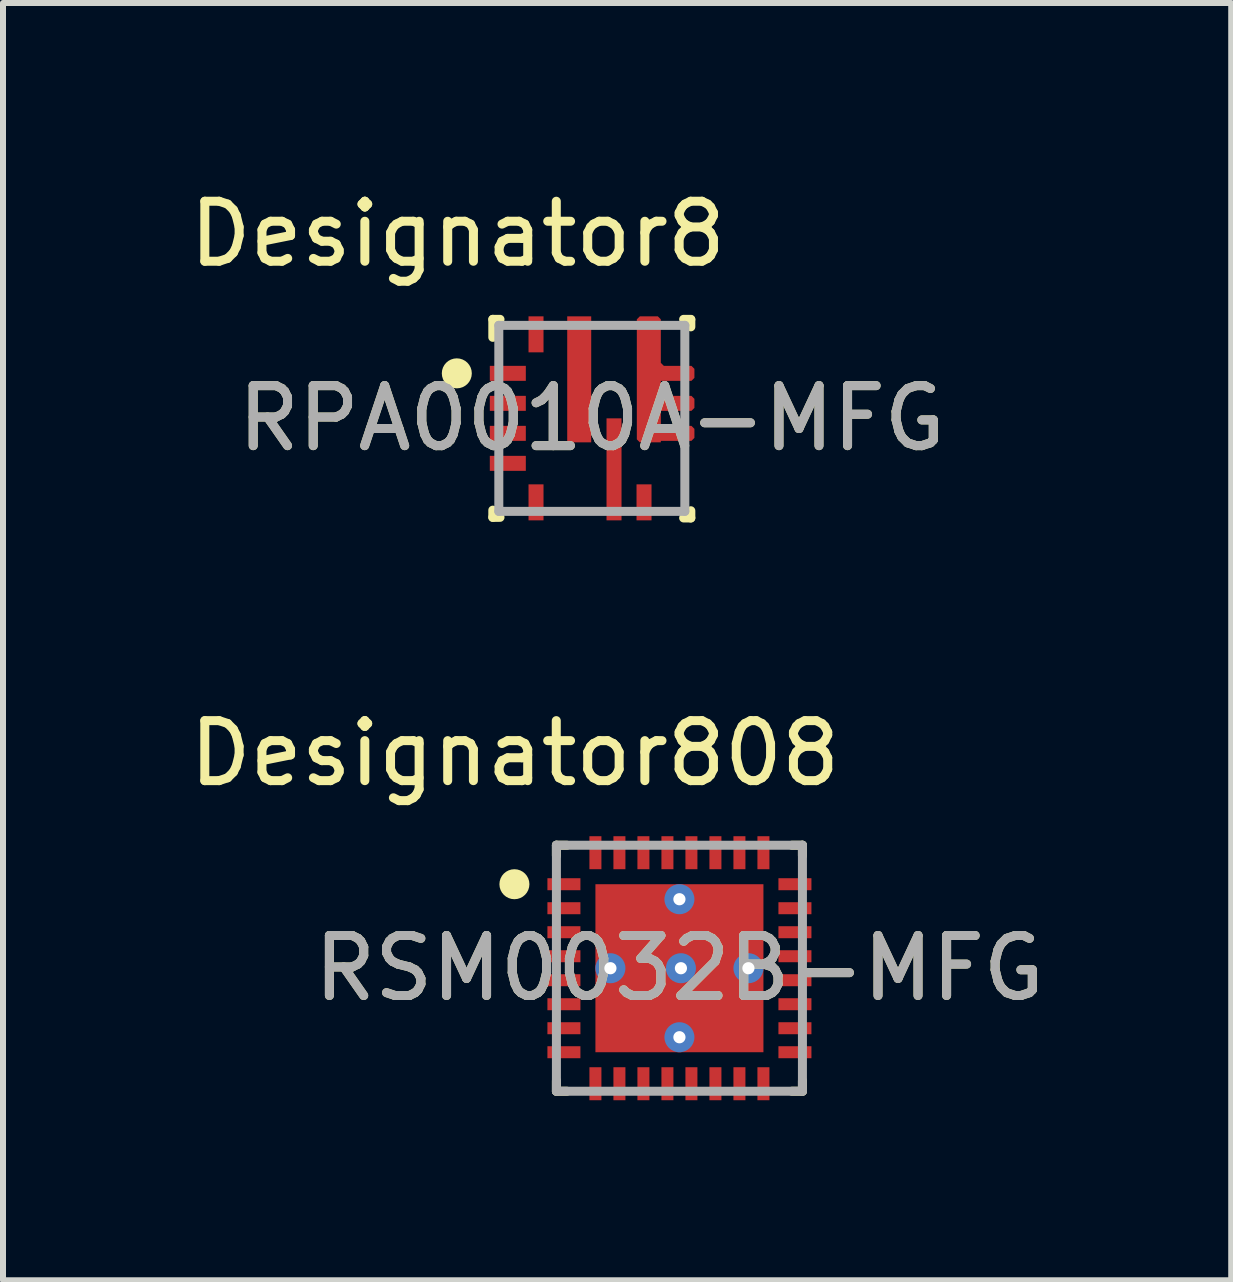
<source format=kicad_pcb>
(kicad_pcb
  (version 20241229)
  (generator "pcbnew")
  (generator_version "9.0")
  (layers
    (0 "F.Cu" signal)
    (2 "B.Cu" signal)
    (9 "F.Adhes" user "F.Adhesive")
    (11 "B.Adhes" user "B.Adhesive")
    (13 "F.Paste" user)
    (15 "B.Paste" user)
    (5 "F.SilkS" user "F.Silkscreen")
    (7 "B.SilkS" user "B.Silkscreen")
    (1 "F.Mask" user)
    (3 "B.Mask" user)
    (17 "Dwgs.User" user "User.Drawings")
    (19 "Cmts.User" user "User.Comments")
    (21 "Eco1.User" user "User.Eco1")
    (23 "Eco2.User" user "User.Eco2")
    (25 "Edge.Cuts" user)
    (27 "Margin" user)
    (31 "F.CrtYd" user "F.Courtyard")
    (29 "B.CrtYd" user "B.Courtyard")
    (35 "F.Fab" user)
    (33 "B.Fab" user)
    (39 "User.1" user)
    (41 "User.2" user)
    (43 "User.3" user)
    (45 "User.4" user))
  (footprint "RSM0032B-MFG"
    (layer "F.Cu")
    (at 8.273 13.086)
    (property "Reference" "RSM0032B-MFG" (at 0 0 0) (unlocked yes) (layer "F.SilkS") (effects (font (size 1 1) (thickness 0.15))))
    (attr smd)
    (fp_line (start -2.05 -2.05) (end -1.875 -2.05) (stroke (width 0.15) (type solid)) (layer "F.SilkS"))
    (fp_line (start -2.05 -1.875) (end -2.05 -2.05) (stroke (width 0.15) (type solid)) (layer "F.SilkS"))
    (fp_line (start -2.05 2.05) (end -2.05 1.875) (stroke (width 0.15) (type solid)) (layer "F.SilkS"))
    (fp_line (start -2.05 2.05) (end -1.875 2.05) (stroke (width 0.15) (type solid)) (layer "F.SilkS"))
    (fp_line (start 1.875 -2.05) (end 2.05 -2.05) (stroke (width 0.15) (type solid)) (layer "F.SilkS"))
    (fp_line (start 1.875 2.05) (end 2.05 2.05) (stroke (width 0.15) (type solid)) (layer "F.SilkS"))
    (fp_line (start 2.05 -1.875) (end 2.05 -2.05) (stroke (width 0.15) (type solid)) (layer "F.SilkS"))
    (fp_line (start 2.05 2.05) (end 2.05 1.875) (stroke (width 0.15) (type solid)) (layer "F.SilkS"))
    (fp_circle (center -2.75 -1.4) (end -2.625 -1.4) (stroke (width 0.25) (type solid)) (fill no) (layer "F.SilkS"))
    (fp_poly (pts (xy -1.28 1.33) (xy -1.33 1.28) (xy -1.33 0.15) (xy -1.28 0.1) (xy -0.15 0.1) (xy -0.1 0.15) (xy -0.1 1.28) (xy -0.15 1.33)) (stroke (width 0) (type solid)) (fill yes) (layer "F.Paste"))
    (fp_poly (pts (xy -0.1 -0.15) (xy -0.15 -0.1) (xy -1.28 -0.1) (xy -1.33 -0.15) (xy -1.33 -1.28) (xy -1.28 -1.33) (xy -0.15 -1.33) (xy -0.1 -1.28)) (stroke (width 0) (type solid)) (fill yes) (layer "F.Paste"))
    (fp_poly (pts (xy 0.1 -0.15) (xy 0.1 -1.28) (xy 0.15 -1.33) (xy 1.28 -1.33) (xy 1.33 -1.28) (xy 1.33 -0.15) (xy 1.28 -0.1) (xy 0.15 -0.1)) (stroke (width 0) (type solid)) (fill yes) (layer "F.Paste"))
    (fp_poly (pts (xy 1.33 0.15) (xy 1.33 1.28) (xy 1.28 1.33) (xy 0.15 1.33) (xy 0.1 1.28) (xy 0.1 0.15) (xy 0.15 0.1) (xy 1.28 0.1)) (stroke (width 0) (type solid)) (fill yes) (layer "F.Paste"))
    (fp_line (start -2.05 -2.05) (end 2.05 -2.05) (stroke (width 0.15) (type solid)) (layer "F.Fab"))
    (fp_line (start -2.05 2.05) (end -2.05 -2.05) (stroke (width 0.15) (type solid)) (layer "F.Fab"))
    (fp_line (start -2.05 2.05) (end 2.05 2.05) (stroke (width 0.15) (type solid)) (layer "F.Fab"))
    (fp_line (start 2.05 2.05) (end 2.05 -2.05) (stroke (width 0.15) (type solid)) (layer "F.Fab"))
    (fp_text user "Designator808" (at -2.743 -3.581 0) (unlocked yes) (layer "F.SilkS") (effects (font (size 1 1) (thickness 0.15))))
    (fp_text user "${REFERENCE}" (at 0 0 0) (unlocked yes) (layer "F.Fab") (effects (font (size 1 1) (thickness 0.15))))
    (pad "1" smd rect (at -1.925 -1.4 90) (size 0.2 0.55) (layers "F.Cu" "F.Mask" "F.Paste"))
    (pad "2" smd rect (at -1.925 -1 90) (size 0.2 0.55) (layers "F.Cu" "F.Mask" "F.Paste"))
    (pad "3" smd rect (at -1.925 -0.6 90) (size 0.2 0.55) (layers "F.Cu" "F.Mask" "F.Paste"))
    (pad "4" smd rect (at -1.925 -0.2 90) (size 0.2 0.55) (layers "F.Cu" "F.Mask" "F.Paste"))
    (pad "5" smd rect (at -1.925 0.2 90) (size 0.2 0.55) (layers "F.Cu" "F.Mask" "F.Paste"))
    (pad "6" smd rect (at -1.925 0.6 90) (size 0.2 0.55) (layers "F.Cu" "F.Mask" "F.Paste"))
    (pad "7" smd rect (at -1.925 1 90) (size 0.2 0.55) (layers "F.Cu" "F.Mask" "F.Paste"))
    (pad "8" smd rect (at -1.925 1.4 90) (size 0.2 0.55) (layers "F.Cu" "F.Mask" "F.Paste"))
    (pad "9" smd rect (at -1.4 1.925) (size 0.2 0.55) (layers "F.Cu" "F.Mask" "F.Paste"))
    (pad "10" smd rect (at -1 1.925) (size 0.2 0.55) (layers "F.Cu" "F.Mask" "F.Paste"))
    (pad "11" smd rect (at -0.6 1.925) (size 0.2 0.55) (layers "F.Cu" "F.Mask" "F.Paste"))
    (pad "12" smd rect (at -0.2 1.925) (size 0.2 0.55) (layers "F.Cu" "F.Mask" "F.Paste"))
    (pad "13" smd rect (at 0.2 1.925) (size 0.2 0.55) (layers "F.Cu" "F.Mask" "F.Paste"))
    (pad "14" smd rect (at 0.6 1.925) (size 0.2 0.55) (layers "F.Cu" "F.Mask" "F.Paste"))
    (pad "15" smd rect (at 1 1.925) (size 0.2 0.55) (layers "F.Cu" "F.Mask" "F.Paste"))
    (pad "16" smd rect (at 1.4 1.925) (size 0.2 0.55) (layers "F.Cu" "F.Mask" "F.Paste"))
    (pad "17" smd rect (at 1.925 1.4 90) (size 0.2 0.55) (layers "F.Cu" "F.Mask" "F.Paste"))
    (pad "18" smd rect (at 1.925 1 90) (size 0.2 0.55) (layers "F.Cu" "F.Mask" "F.Paste"))
    (pad "19" smd rect (at 1.925 0.6 90) (size 0.2 0.55) (layers "F.Cu" "F.Mask" "F.Paste"))
    (pad "20" smd rect (at 1.925 0.2 90) (size 0.2 0.55) (layers "F.Cu" "F.Mask" "F.Paste"))
    (pad "21" smd rect (at 1.925 -0.2 90) (size 0.2 0.55) (layers "F.Cu" "F.Mask" "F.Paste"))
    (pad "22" smd rect (at 1.925 -0.6 90) (size 0.2 0.55) (layers "F.Cu" "F.Mask" "F.Paste"))
    (pad "23" smd rect (at 1.925 -1 90) (size 0.2 0.55) (layers "F.Cu" "F.Mask" "F.Paste"))
    (pad "24" smd rect (at 1.925 -1.4 90) (size 0.2 0.55) (layers "F.Cu" "F.Mask" "F.Paste"))
    (pad "25" smd rect (at 1.4 -1.925) (size 0.2 0.55) (layers "F.Cu" "F.Mask" "F.Paste"))
    (pad "26" smd rect (at 1 -1.925) (size 0.2 0.55) (layers "F.Cu" "F.Mask" "F.Paste"))
    (pad "27" smd rect (at 0.6 -1.925) (size 0.2 0.55) (layers "F.Cu" "F.Mask" "F.Paste"))
    (pad "28" smd rect (at 0.2 -1.925) (size 0.2 0.55) (layers "F.Cu" "F.Mask" "F.Paste"))
    (pad "29" smd rect (at -0.2 -1.925) (size 0.2 0.55) (layers "F.Cu" "F.Mask" "F.Paste"))
    (pad "30" smd rect (at -0.6 -1.925) (size 0.2 0.55) (layers "F.Cu" "F.Mask" "F.Paste"))
    (pad "31" smd rect (at -1 -1.925) (size 0.2 0.55) (layers "F.Cu" "F.Mask" "F.Paste"))
    (pad "32" smd rect (at -1.4 -1.925) (size 0.2 0.55) (layers "F.Cu" "F.Mask" "F.Paste"))
    (pad "33" smd rect (at 0 0) (size 2.8 2.8) (layers "F.Cu" "F.Mask"))
    (pad "34" thru_hole circle (at 0 1.15) (size 0.5 0.5) (drill 0.203) (layers "*.Cu" "*.Mask"))
    (pad "35" thru_hole circle (at 0 -1.15) (size 0.5 0.5) (drill 0.203) (layers "*.Cu" "*.Mask"))
    (pad "36" thru_hole circle (at 1.15 0) (size 0.5 0.5) (drill 0.203) (layers "*.Cu" "*.Mask"))
    (pad "37" thru_hole circle (at 0.025 0) (size 0.5 0.5) (drill 0.203) (layers "*.Cu" "*.Mask"))
    (pad "38" thru_hole circle (at -1.15 0) (size 0.5 0.5) (drill 0.203) (layers "*.Cu" "*.Mask")))
  (footprint "RPA0010A-MFG"
    (layer "F.Cu")
    (at 6.813 3.922)
    (property "Reference" "RPA0010A-MFG" (at 0 0 0) (unlocked yes) (layer "F.SilkS") (effects (font (size 1 1) (thickness 0.15))))
    (attr smd)
    (fp_line (start -1.65 -1.65) (end -1.53 -1.65) (stroke (width 0.15) (type solid)) (layer "F.SilkS"))
    (fp_line (start -1.65 -1.35) (end -1.65 -1.65) (stroke (width 0.15) (type solid)) (layer "F.SilkS"))
    (fp_line (start -1.65 1.65) (end -1.65 1.53) (stroke (width 0.15) (type solid)) (layer "F.SilkS"))
    (fp_line (start -1.65 1.65) (end -1.53 1.65) (stroke (width 0.15) (type solid)) (layer "F.SilkS"))
    (fp_line (start 1.53 -1.65) (end 1.65 -1.65) (stroke (width 0.15) (type solid)) (layer "F.SilkS"))
    (fp_line (start 1.53 1.66) (end 1.65 1.66) (stroke (width 0.15) (type solid)) (layer "F.SilkS"))
    (fp_line (start 1.65 -1.525) (end 1.65 -1.645) (stroke (width 0.15) (type solid)) (layer "F.SilkS"))
    (fp_line (start 1.65 1.66) (end 1.65 1.54) (stroke (width 0.15) (type solid)) (layer "F.SilkS"))
    (fp_circle (center -2.25 -0.75) (end -2.125 -0.75) (stroke (width 0.25) (type solid)) (fill no) (layer "F.SilkS"))
    (fp_poly (pts (xy -0.41 0.345) (xy -0.41 -0.505) (xy -0.36 -0.555) (xy -0.06 -0.555) (xy -0.01 -0.505) (xy -0.01 0.345) (xy -0.06 0.395) (xy -0.36 0.395)) (stroke (width 0) (type solid)) (fill yes) (layer "F.Paste"))
    (fp_poly (pts (xy -0.36 -1.705) (xy -0.06 -1.705) (xy -0.01 -1.655) (xy -0.01 -0.805) (xy -0.06 -0.755) (xy -0.36 -0.755) (xy -0.41 -0.805) (xy -0.41 -1.655)) (stroke (width 0) (type solid)) (fill yes) (layer "F.Paste"))
    (fp_poly (pts (xy 0.245 1.655) (xy 0.245 1.005) (xy 0.295 0.955) (xy 0.445 0.955) (xy 0.495 1.005) (xy 0.495 1.655) (xy 0.445 1.705) (xy 0.295 1.705)) (stroke (width 0) (type solid)) (fill yes) (layer "F.Paste"))
    (fp_poly (pts (xy 0.445 0.005) (xy 0.495 0.055) (xy 0.495 0.705) (xy 0.445 0.755) (xy 0.295 0.755) (xy 0.245 0.705) (xy 0.245 0.055) (xy 0.295 0.005)) (stroke (width 0) (type solid)) (fill yes) (layer "F.Paste"))
    (fp_line (start -1.55 -1.55) (end 1.55 -1.55) (stroke (width 0.15) (type solid)) (layer "F.Fab"))
    (fp_line (start -1.55 1.55) (end -1.55 -1.55) (stroke (width 0.15) (type solid)) (layer "F.Fab"))
    (fp_line (start -1.55 1.55) (end 1.55 1.55) (stroke (width 0.15) (type solid)) (layer "F.Fab"))
    (fp_line (start 1.55 1.55) (end 1.55 -1.55) (stroke (width 0.15) (type solid)) (layer "F.Fab"))
    (fp_text user "Designator8" (at -2.235 -3.073 0) (unlocked yes) (layer "F.SilkS") (effects (font (size 1 1) (thickness 0.15))))
    (fp_text user "${REFERENCE}" (at 0 0 0) (unlocked yes) (layer "F.Fab") (effects (font (size 1 1) (thickness 0.15))))
    (pad "1" smd rect (at -1.4 -0.75) (size 0.6 0.25) (layers "F.Cu" "F.Mask" "F.Paste"))
    (pad "2" smd rect (at -1.4 -0.25) (size 0.6 0.25) (layers "F.Cu" "F.Mask" "F.Paste"))
    (pad "3" smd rect (at -1.4 0.25) (size 0.6 0.25) (layers "F.Cu" "F.Mask" "F.Paste"))
    (pad "4" smd rect (at -1.4 0.75) (size 0.6 0.25) (layers "F.Cu" "F.Mask" "F.Paste"))
    (pad "5" smd rect (at -0.93 1.4 90) (size 0.6 0.25) (layers "F.Cu" "F.Mask" "F.Paste"))
    (pad "6" smd rect (at 0.37 0.85) (size 0.25 1.7) (layers "F.Cu" "F.Mask"))
    (pad "7" smd rect (at 0.87 1.4 90) (size 0.6 0.25) (layers "F.Cu" "F.Mask" "F.Paste"))
    (pad "8" smd custom (at 0.99 -0.8) (size 0.35 0.35) (layers "F.Cu" "F.Mask" "F.Paste") (options (anchor circle)) (primitives (gr_poly (pts (xy -0.19 -0.9) (xy -0.24 -0.85) (xy -0.24 1.15) (xy -0.19 1.2) (xy 0.16 1.2) (xy 0.16 1.175) (xy 0.67 1.175) (xy 0.72 1.125) (xy 0.72 0.975) (xy 0.67 0.925) (xy 0.16 0.925) (xy 0.16 0.675) (xy 0.67 0.675) (xy 0.72 0.625) (xy 0.72 0.475) (xy 0.67 0.425) (xy 0.16 0.425) (xy 0.16 0.175) (xy 0.67 0.175) (xy 0.72 0.125) (xy 0.72 -0.025) (xy 0.67 -0.075) (xy 0.21 -0.075) (xy 0.16 -0.125) (xy 0.16 -0.85) (xy 0.11 -0.9)) (width 0) (fill yes))))
    (pad "9" smd rect (at -0.21 -0.65) (size 0.4 2.1) (layers "F.Cu" "F.Mask"))
    (pad "10" smd rect (at -0.93 -1.4 90) (size 0.6 0.25) (layers "F.Cu" "F.Mask" "F.Paste")))
  (gr_rect
    (start -3 -3)
    (end 17.469 18.286)
    (stroke (width 0.1) (type default))
    (fill no)
    (layer "Edge.Cuts")))
</source>
